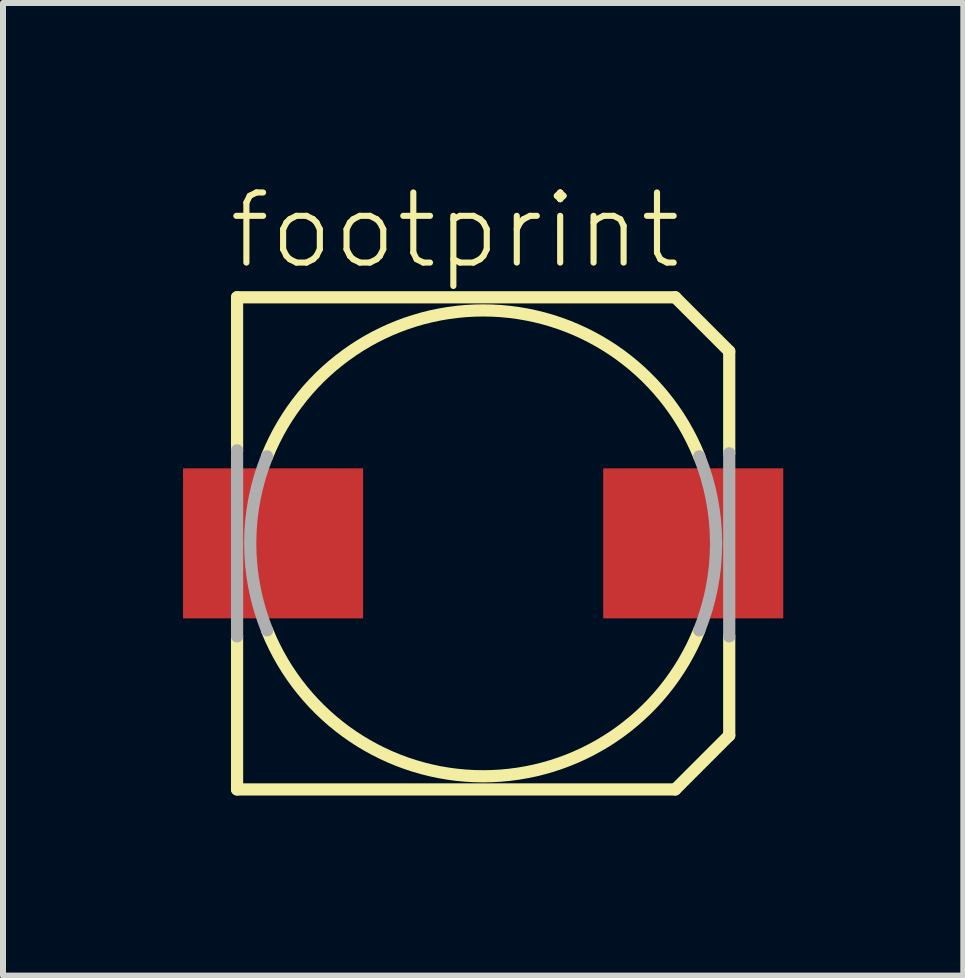
<source format=kicad_pcb>
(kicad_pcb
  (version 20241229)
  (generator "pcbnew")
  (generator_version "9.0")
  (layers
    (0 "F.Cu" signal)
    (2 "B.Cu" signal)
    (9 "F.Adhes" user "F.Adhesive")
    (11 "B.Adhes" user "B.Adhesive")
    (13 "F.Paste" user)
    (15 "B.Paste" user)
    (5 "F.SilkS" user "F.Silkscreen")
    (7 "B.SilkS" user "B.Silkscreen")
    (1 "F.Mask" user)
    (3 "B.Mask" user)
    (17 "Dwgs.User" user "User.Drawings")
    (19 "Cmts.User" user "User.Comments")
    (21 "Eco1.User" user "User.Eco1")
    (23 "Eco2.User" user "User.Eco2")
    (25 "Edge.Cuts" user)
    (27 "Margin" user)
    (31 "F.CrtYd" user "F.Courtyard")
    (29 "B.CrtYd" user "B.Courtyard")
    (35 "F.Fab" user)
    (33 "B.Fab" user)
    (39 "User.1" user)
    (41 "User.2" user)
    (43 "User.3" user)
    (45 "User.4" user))
  (footprint "footprint"
    (layer "F.Cu")
    (at 5 6.003)
    (property "Reference" "footprint" (at -4.29 -4.53 0) (layer "F.SilkS") (effects (font (size 1.168 1.168) (thickness 0.102)) (justify left bottom)))
    (fp_line (start -4.1 -4.1) (end 3.2 -4.1) (stroke (width 0.203) (type solid)) (layer "F.SilkS"))
    (fp_line (start -4.1 -1.55) (end -4.1 -4.1) (stroke (width 0.203) (type solid)) (layer "F.SilkS"))
    (fp_line (start -4.1 4.1) (end -4.1 1.55) (stroke (width 0.203) (type solid)) (layer "F.SilkS"))
    (fp_line (start 3.2 -4.1) (end 4.1 -3.2) (stroke (width 0.203) (type solid)) (layer "F.SilkS"))
    (fp_line (start 3.2 4.1) (end -4.1 4.1) (stroke (width 0.203) (type solid)) (layer "F.SilkS"))
    (fp_line (start 4.1 -3.2) (end 4.1 -1.5) (stroke (width 0.203) (type solid)) (layer "F.SilkS"))
    (fp_line (start 4.1 1.55) (end 4.1 3.2) (stroke (width 0.203) (type solid)) (layer "F.SilkS"))
    (fp_line (start 4.1 3.2) (end 3.2 4.1) (stroke (width 0.203) (type solid)) (layer "F.SilkS"))
    (fp_arc (start -3.6 -1.45) (mid 0 -3.881044) (end 3.6 -1.45) (stroke (width 0.2032) (type solid)) (layer "F.SilkS"))
    (fp_arc (start 3.6 1.45) (mid 0 3.881044) (end -3.6 1.45) (stroke (width 0.2032) (type solid)) (layer "F.SilkS"))
    (fp_line (start -4.1 1.55) (end -4.1 -1.55) (stroke (width 0.203) (type solid)) (layer "F.Fab"))
    (fp_line (start 4.1 -1.5) (end 4.1 1.55) (stroke (width 0.203) (type solid)) (layer "F.Fab"))
    (fp_arc (start -3.6 1.45) (mid -3.881044 0) (end -3.6 -1.45) (stroke (width 0.2032) (type solid)) (layer "F.Fab"))
    (fp_arc (start 3.6 -1.45) (mid 3.881044 0) (end 3.6 1.45) (stroke (width 0.2032) (type solid)) (layer "F.Fab"))
    (pad "+" smd rect (at 3.5 0) (size 3 2.5) (layers "F.Cu" "F.Mask" "F.Paste"))
    (pad "-" smd rect (at -3.5 0) (size 3 2.5) (layers "F.Cu" "F.Mask" "F.Paste")))
  (gr_rect
    (start -3 -3)
    (end 13 13.205)
    (stroke (width 0.1) (type default))
    (fill no)
    (layer "Edge.Cuts")))
</source>
